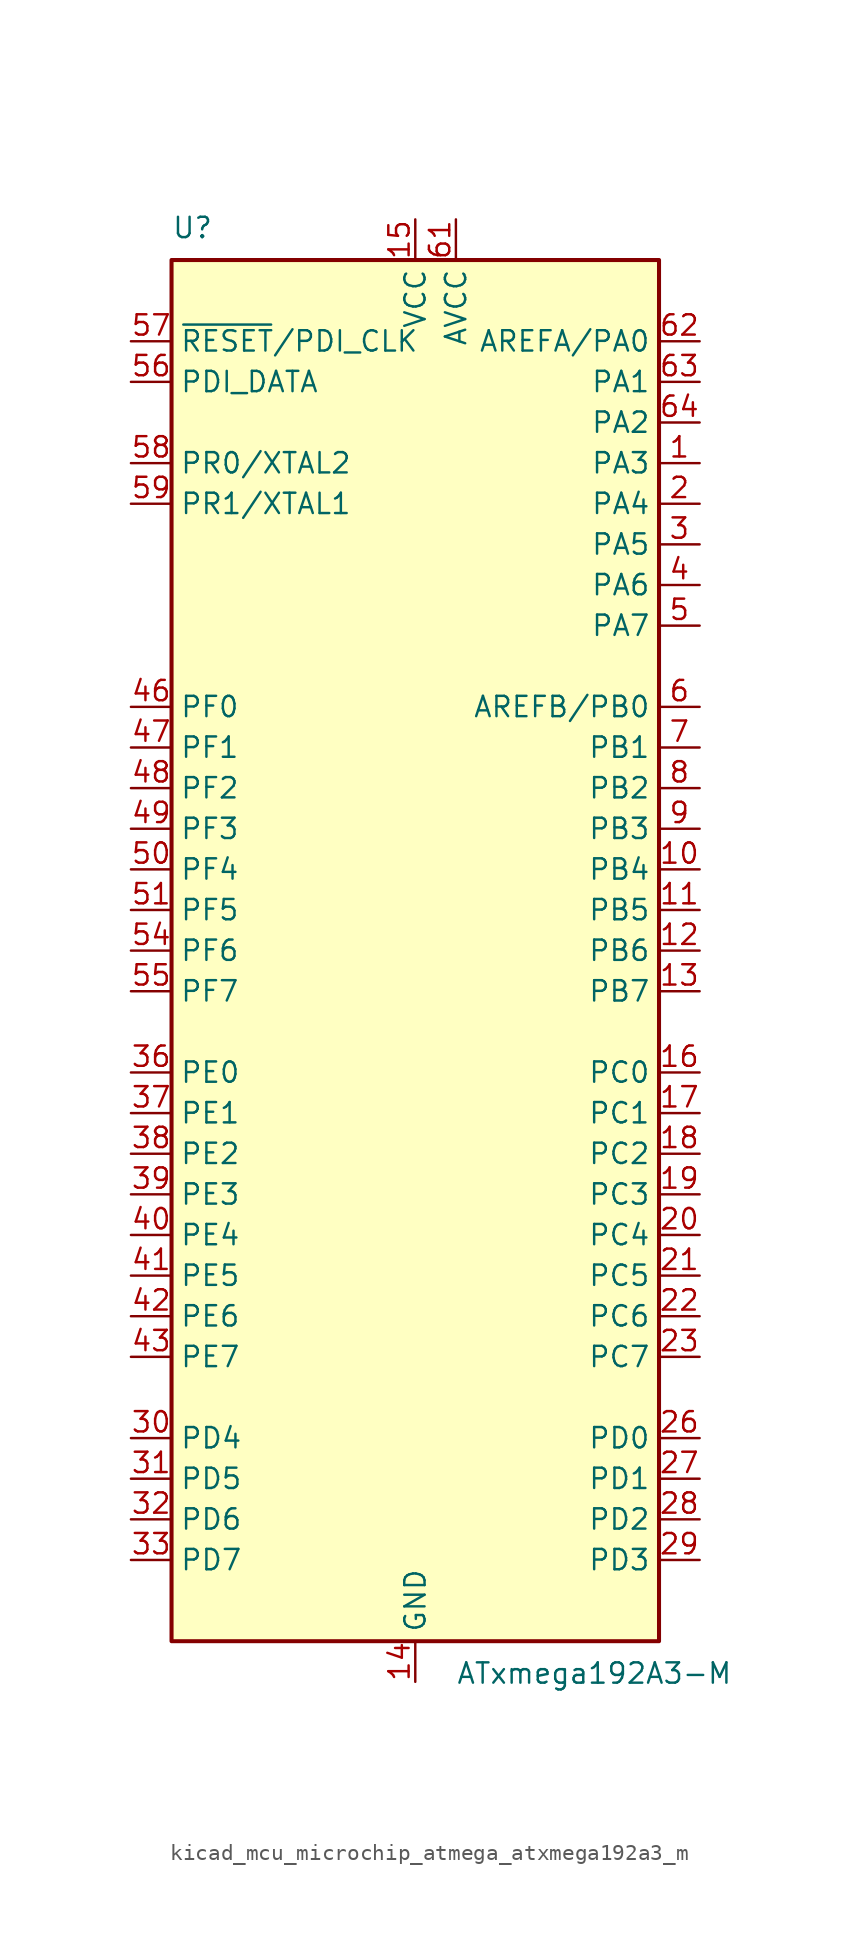
<source format=kicad_sym>
(kicad_symbol_lib
  (version 20220914)
  (generator kicad_symbol_editor)
  (symbol "kicad_mcu_microchip_atmega_atxmega192a3_m"
    (property "Reference" "U"
      (at -15.24 44.45 0)
      (effects (font (size 1.27 1.27)) (justify left bottom)))
    (property "Value" "ATxmega192A3-M"
      (at 2.54 -44.45 0)
      (effects (font (size 1.27 1.27)) (justify left top)))
    (symbol "kicad_mcu_microchip_atmega_atxmega192a3_m_0_1"
      (rectangle (start -15.24 -43.18) (end 15.24 43.18) (stroke (width 0.254) (type default)) (fill (type background))))
    (symbol "kicad_mcu_microchip_atmega_atxmega192a3_m_1_1"
      (pin bidirectional line (at 17.78 30.48 180) (length 2.54) (name "PA3" (effects (font (size 1.27 1.27)))) (number "1" (effects (font (size 1.27 1.27)))))
      (pin bidirectional line (at 17.78 5.08 180) (length 2.54) (name "PB4" (effects (font (size 1.27 1.27)))) (number "10" (effects (font (size 1.27 1.27)))))
      (pin bidirectional line (at 17.78 2.54 180) (length 2.54) (name "PB5" (effects (font (size 1.27 1.27)))) (number "11" (effects (font (size 1.27 1.27)))))
      (pin bidirectional line (at 17.78 0 180) (length 2.54) (name "PB6" (effects (font (size 1.27 1.27)))) (number "12" (effects (font (size 1.27 1.27)))))
      (pin bidirectional line (at 17.78 -2.54 180) (length 2.54) (name "PB7" (effects (font (size 1.27 1.27)))) (number "13" (effects (font (size 1.27 1.27)))))
      (pin power_in line (at 0 -45.72 90) (length 2.54) (name "GND" (effects (font (size 1.27 1.27)))) (number "14" (effects (font (size 1.27 1.27)))))
      (pin power_in line (at 0 45.72 270) (length 2.54) (name "VCC" (effects (font (size 1.27 1.27)))) (number "15" (effects (font (size 1.27 1.27)))))
      (pin bidirectional line (at 17.78 -7.62 180) (length 2.54) (name "PC0" (effects (font (size 1.27 1.27)))) (number "16" (effects (font (size 1.27 1.27)))))
      (pin bidirectional line (at 17.78 -10.16 180) (length 2.54) (name "PC1" (effects (font (size 1.27 1.27)))) (number "17" (effects (font (size 1.27 1.27)))))
      (pin bidirectional line (at 17.78 -12.7 180) (length 2.54) (name "PC2" (effects (font (size 1.27 1.27)))) (number "18" (effects (font (size 1.27 1.27)))))
      (pin bidirectional line (at 17.78 -15.24 180) (length 2.54) (name "PC3" (effects (font (size 1.27 1.27)))) (number "19" (effects (font (size 1.27 1.27)))))
      (pin bidirectional line (at 17.78 27.94 180) (length 2.54) (name "PA4" (effects (font (size 1.27 1.27)))) (number "2" (effects (font (size 1.27 1.27)))))
      (pin bidirectional line (at 17.78 -17.78 180) (length 2.54) (name "PC4" (effects (font (size 1.27 1.27)))) (number "20" (effects (font (size 1.27 1.27)))))
      (pin bidirectional line (at 17.78 -20.32 180) (length 2.54) (name "PC5" (effects (font (size 1.27 1.27)))) (number "21" (effects (font (size 1.27 1.27)))))
      (pin bidirectional line (at 17.78 -22.86 180) (length 2.54) (name "PC6" (effects (font (size 1.27 1.27)))) (number "22" (effects (font (size 1.27 1.27)))))
      (pin bidirectional line (at 17.78 -25.4 180) (length 2.54) (name "PC7" (effects (font (size 1.27 1.27)))) (number "23" (effects (font (size 1.27 1.27)))))
      (pin passive line (at 0 -45.72 90) (length 2.54) hide (name "GND" (effects (font (size 1.27 1.27)))) (number "24" (effects (font (size 1.27 1.27)))))
      (pin passive line (at 0 45.72 270) (length 2.54) hide (name "VCC" (effects (font (size 1.27 1.27)))) (number "25" (effects (font (size 1.27 1.27)))))
      (pin bidirectional line (at 17.78 -30.48 180) (length 2.54) (name "PD0" (effects (font (size 1.27 1.27)))) (number "26" (effects (font (size 1.27 1.27)))))
      (pin bidirectional line (at 17.78 -33.02 180) (length 2.54) (name "PD1" (effects (font (size 1.27 1.27)))) (number "27" (effects (font (size 1.27 1.27)))))
      (pin bidirectional line (at 17.78 -35.56 180) (length 2.54) (name "PD2" (effects (font (size 1.27 1.27)))) (number "28" (effects (font (size 1.27 1.27)))))
      (pin bidirectional line (at 17.78 -38.1 180) (length 2.54) (name "PD3" (effects (font (size 1.27 1.27)))) (number "29" (effects (font (size 1.27 1.27)))))
      (pin bidirectional line (at 17.78 25.4 180) (length 2.54) (name "PA5" (effects (font (size 1.27 1.27)))) (number "3" (effects (font (size 1.27 1.27)))))
      (pin bidirectional line (at -17.78 -30.48 0) (length 2.54) (name "PD4" (effects (font (size 1.27 1.27)))) (number "30" (effects (font (size 1.27 1.27)))))
      (pin bidirectional line (at -17.78 -33.02 0) (length 2.54) (name "PD5" (effects (font (size 1.27 1.27)))) (number "31" (effects (font (size 1.27 1.27)))))
      (pin bidirectional line (at -17.78 -35.56 0) (length 2.54) (name "PD6" (effects (font (size 1.27 1.27)))) (number "32" (effects (font (size 1.27 1.27)))))
      (pin bidirectional line (at -17.78 -38.1 0) (length 2.54) (name "PD7" (effects (font (size 1.27 1.27)))) (number "33" (effects (font (size 1.27 1.27)))))
      (pin passive line (at 0 -45.72 90) (length 2.54) hide (name "GND" (effects (font (size 1.27 1.27)))) (number "34" (effects (font (size 1.27 1.27)))))
      (pin passive line (at 0 45.72 270) (length 2.54) hide (name "VCC" (effects (font (size 1.27 1.27)))) (number "35" (effects (font (size 1.27 1.27)))))
      (pin bidirectional line (at -17.78 -7.62 0) (length 2.54) (name "PE0" (effects (font (size 1.27 1.27)))) (number "36" (effects (font (size 1.27 1.27)))))
      (pin bidirectional line (at -17.78 -10.16 0) (length 2.54) (name "PE1" (effects (font (size 1.27 1.27)))) (number "37" (effects (font (size 1.27 1.27)))))
      (pin bidirectional line (at -17.78 -12.7 0) (length 2.54) (name "PE2" (effects (font (size 1.27 1.27)))) (number "38" (effects (font (size 1.27 1.27)))))
      (pin bidirectional line (at -17.78 -15.24 0) (length 2.54) (name "PE3" (effects (font (size 1.27 1.27)))) (number "39" (effects (font (size 1.27 1.27)))))
      (pin bidirectional line (at 17.78 22.86 180) (length 2.54) (name "PA6" (effects (font (size 1.27 1.27)))) (number "4" (effects (font (size 1.27 1.27)))))
      (pin bidirectional line (at -17.78 -17.78 0) (length 2.54) (name "PE4" (effects (font (size 1.27 1.27)))) (number "40" (effects (font (size 1.27 1.27)))))
      (pin bidirectional line (at -17.78 -20.32 0) (length 2.54) (name "PE5" (effects (font (size 1.27 1.27)))) (number "41" (effects (font (size 1.27 1.27)))))
      (pin bidirectional line (at -17.78 -22.86 0) (length 2.54) (name "PE6" (effects (font (size 1.27 1.27)))) (number "42" (effects (font (size 1.27 1.27)))))
      (pin bidirectional line (at -17.78 -25.4 0) (length 2.54) (name "PE7" (effects (font (size 1.27 1.27)))) (number "43" (effects (font (size 1.27 1.27)))))
      (pin passive line (at 0 -45.72 90) (length 2.54) hide (name "GND" (effects (font (size 1.27 1.27)))) (number "44" (effects (font (size 1.27 1.27)))))
      (pin passive line (at 0 45.72 270) (length 2.54) hide (name "VCC" (effects (font (size 1.27 1.27)))) (number "45" (effects (font (size 1.27 1.27)))))
      (pin bidirectional line (at -17.78 15.24 0) (length 2.54) (name "PF0" (effects (font (size 1.27 1.27)))) (number "46" (effects (font (size 1.27 1.27)))))
      (pin bidirectional line (at -17.78 12.7 0) (length 2.54) (name "PF1" (effects (font (size 1.27 1.27)))) (number "47" (effects (font (size 1.27 1.27)))))
      (pin bidirectional line (at -17.78 10.16 0) (length 2.54) (name "PF2" (effects (font (size 1.27 1.27)))) (number "48" (effects (font (size 1.27 1.27)))))
      (pin bidirectional line (at -17.78 7.62 0) (length 2.54) (name "PF3" (effects (font (size 1.27 1.27)))) (number "49" (effects (font (size 1.27 1.27)))))
      (pin bidirectional line (at 17.78 20.32 180) (length 2.54) (name "PA7" (effects (font (size 1.27 1.27)))) (number "5" (effects (font (size 1.27 1.27)))))
      (pin bidirectional line (at -17.78 5.08 0) (length 2.54) (name "PF4" (effects (font (size 1.27 1.27)))) (number "50" (effects (font (size 1.27 1.27)))))
      (pin bidirectional line (at -17.78 2.54 0) (length 2.54) (name "PF5" (effects (font (size 1.27 1.27)))) (number "51" (effects (font (size 1.27 1.27)))))
      (pin passive line (at 0 -45.72 90) (length 2.54) hide (name "GND" (effects (font (size 1.27 1.27)))) (number "52" (effects (font (size 1.27 1.27)))))
      (pin passive line (at 0 45.72 270) (length 2.54) hide (name "VCC" (effects (font (size 1.27 1.27)))) (number "53" (effects (font (size 1.27 1.27)))))
      (pin bidirectional line (at -17.78 0 0) (length 2.54) (name "PF6" (effects (font (size 1.27 1.27)))) (number "54" (effects (font (size 1.27 1.27)))))
      (pin bidirectional line (at -17.78 -2.54 0) (length 2.54) (name "PF7" (effects (font (size 1.27 1.27)))) (number "55" (effects (font (size 1.27 1.27)))))
      (pin bidirectional line (at -17.78 35.56 0) (length 2.54) (name "PDI_DATA" (effects (font (size 1.27 1.27)))) (number "56" (effects (font (size 1.27 1.27)))))
      (pin input line (at -17.78 38.1 0) (length 2.54) (name "~{RESET}/PDI_CLK" (effects (font (size 1.27 1.27)))) (number "57" (effects (font (size 1.27 1.27)))))
      (pin bidirectional line (at -17.78 30.48 0) (length 2.54) (name "PR0/XTAL2" (effects (font (size 1.27 1.27)))) (number "58" (effects (font (size 1.27 1.27)))))
      (pin bidirectional line (at -17.78 27.94 0) (length 2.54) (name "PR1/XTAL1" (effects (font (size 1.27 1.27)))) (number "59" (effects (font (size 1.27 1.27)))))
      (pin bidirectional line (at 17.78 15.24 180) (length 2.54) (name "AREFB/PB0" (effects (font (size 1.27 1.27)))) (number "6" (effects (font (size 1.27 1.27)))))
      (pin passive line (at 0 -45.72 90) (length 2.54) hide (name "GND" (effects (font (size 1.27 1.27)))) (number "60" (effects (font (size 1.27 1.27)))))
      (pin power_in line (at 2.54 45.72 270) (length 2.54) (name "AVCC" (effects (font (size 1.27 1.27)))) (number "61" (effects (font (size 1.27 1.27)))))
      (pin bidirectional line (at 17.78 38.1 180) (length 2.54) (name "AREFA/PA0" (effects (font (size 1.27 1.27)))) (number "62" (effects (font (size 1.27 1.27)))))
      (pin bidirectional line (at 17.78 35.56 180) (length 2.54) (name "PA1" (effects (font (size 1.27 1.27)))) (number "63" (effects (font (size 1.27 1.27)))))
      (pin bidirectional line (at 17.78 33.02 180) (length 2.54) (name "PA2" (effects (font (size 1.27 1.27)))) (number "64" (effects (font (size 1.27 1.27)))))
      (pin passive line (at 0 -45.72 90) (length 2.54) hide (name "GND" (effects (font (size 1.27 1.27)))) (number "65" (effects (font (size 1.27 1.27)))))
      (pin bidirectional line (at 17.78 12.7 180) (length 2.54) (name "PB1" (effects (font (size 1.27 1.27)))) (number "7" (effects (font (size 1.27 1.27)))))
      (pin bidirectional line (at 17.78 10.16 180) (length 2.54) (name "PB2" (effects (font (size 1.27 1.27)))) (number "8" (effects (font (size 1.27 1.27)))))
      (pin bidirectional line (at 17.78 7.62 180) (length 2.54) (name "PB3" (effects (font (size 1.27 1.27)))) (number "9" (effects (font (size 1.27 1.27))))))))
</source>
